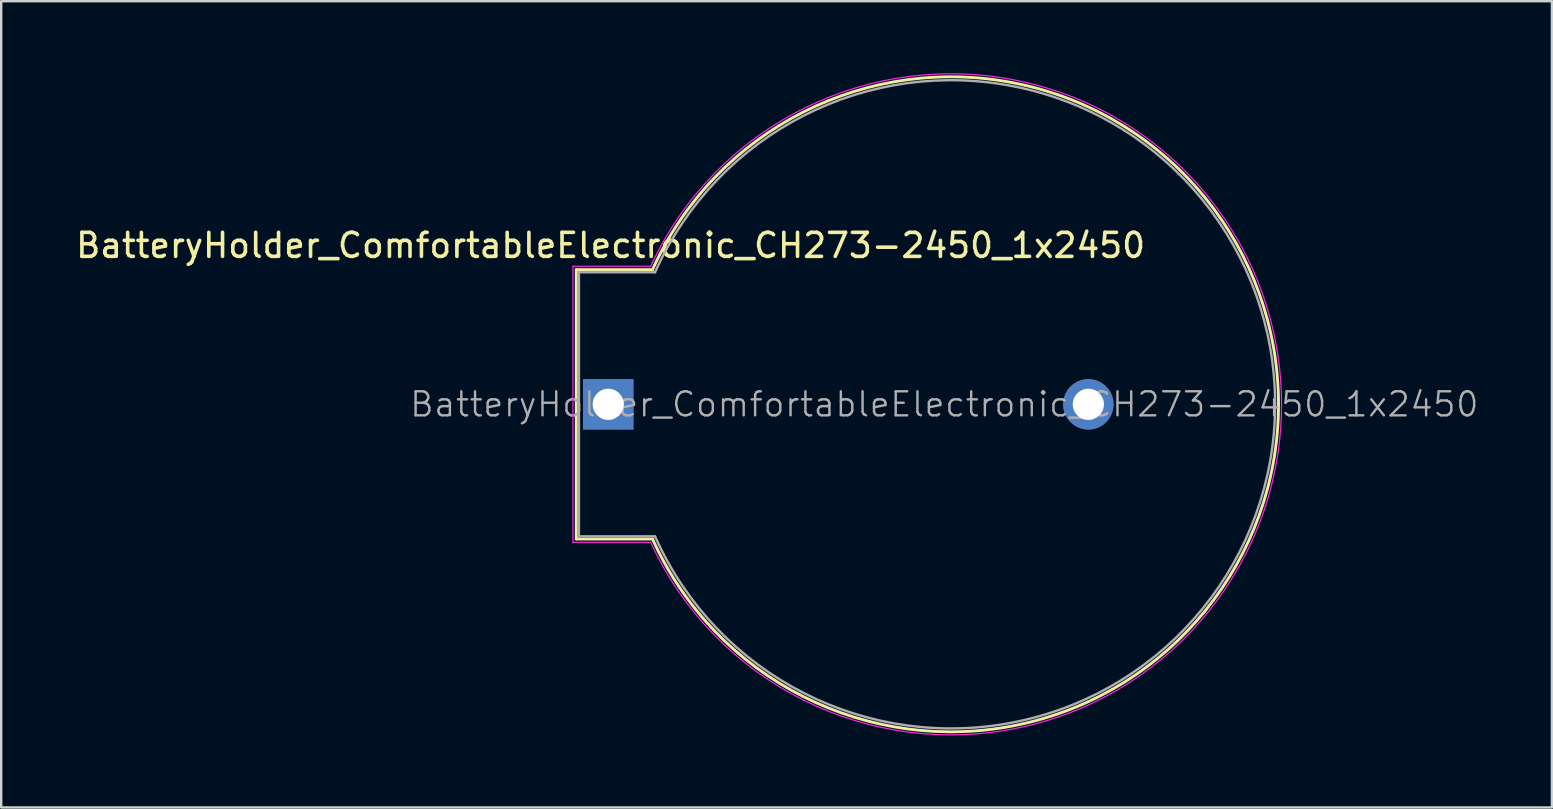
<source format=kicad_pcb>
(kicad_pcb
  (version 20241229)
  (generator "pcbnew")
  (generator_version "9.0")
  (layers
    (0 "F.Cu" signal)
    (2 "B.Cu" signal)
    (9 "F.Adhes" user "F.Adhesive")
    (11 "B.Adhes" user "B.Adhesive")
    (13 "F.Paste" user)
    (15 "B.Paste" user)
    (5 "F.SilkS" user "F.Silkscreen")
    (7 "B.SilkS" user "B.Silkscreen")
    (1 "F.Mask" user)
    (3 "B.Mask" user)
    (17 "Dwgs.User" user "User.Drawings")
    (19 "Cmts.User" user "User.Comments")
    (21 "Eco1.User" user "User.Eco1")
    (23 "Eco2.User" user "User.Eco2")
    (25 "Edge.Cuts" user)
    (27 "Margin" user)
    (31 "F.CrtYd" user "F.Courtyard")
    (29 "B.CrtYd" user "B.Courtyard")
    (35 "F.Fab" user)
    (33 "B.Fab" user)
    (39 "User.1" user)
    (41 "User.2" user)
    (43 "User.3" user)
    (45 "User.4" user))
  (footprint "BatteryHolder_ComfortableElectronic_CH273-2450_1x2450"
    (layer "F.Cu")
    (at 22.287 13.793)
    (property "Reference" "BatteryHolder_ComfortableElectronic_CH273-2450_1x2450" (at 0.1 -6.62 0) (layer "F.SilkS") (effects (font (size 1 1) (thickness 0.15))))
    (attr through_hole)
    (fp_line (start -1.33 -5.61) (end 1.845 -5.61) (stroke (width 0.12) (type solid)) (layer "F.SilkS"))
    (fp_line (start -1.33 5.61) (end -1.33 -5.61) (stroke (width 0.12) (type solid)) (layer "F.SilkS"))
    (fp_line (start 1.845 5.61) (end -1.33 5.61) (stroke (width 0.12) (type solid)) (layer "F.SilkS"))
    (fp_arc (start 1.845 -5.61) (mid 27.921896 0) (end 1.845 5.61) (stroke (width 0.12) (type solid)) (layer "F.SilkS"))
    (fp_line (start -1.47 -5.75) (end 1.77 -5.75) (stroke (width 0.05) (type solid)) (layer "F.CrtYd"))
    (fp_line (start -1.47 5.75) (end -1.47 -5.75) (stroke (width 0.05) (type solid)) (layer "F.CrtYd"))
    (fp_line (start 1.77 5.75) (end -1.47 5.75) (stroke (width 0.05) (type solid)) (layer "F.CrtYd"))
    (fp_arc (start 1.77 -5.75) (mid 28.048173 0) (end 1.77 5.75) (stroke (width 0.05) (type solid)) (layer "F.CrtYd"))
    (fp_line (start -1.22 -5.5) (end 1.95 -5.5) (stroke (width 0.1) (type solid)) (layer "F.Fab"))
    (fp_line (start -1.22 5.5) (end -1.22 -5.5) (stroke (width 0.1) (type solid)) (layer "F.Fab"))
    (fp_line (start 1.95 5.5) (end -1.22 5.5) (stroke (width 0.1) (type solid)) (layer "F.Fab"))
    (fp_arc (start 1.95 -5.5) (mid 27.78107 0) (end 1.95 5.5) (stroke (width 0.1) (type solid)) (layer "F.Fab"))
    (fp_text user "${REFERENCE}" (at 14 0 0) (layer "F.Fab") (effects (font (size 1 1) (thickness 0.1))))
    (pad "1" thru_hole rect (at 0 0 270) (size 2.1 2.1) (drill 1.3) (layers "*.Cu" "*.Mask"))
    (pad "2" thru_hole circle (at 20 0 270) (size 2.1 2.1) (drill 1.3) (layers "*.Cu" "*.Mask")))
  (gr_rect
    (start -3 -3)
    (end 61.599 30.586)
    (stroke (width 0.1) (type default))
    (fill no)
    (layer "Edge.Cuts")))
</source>
